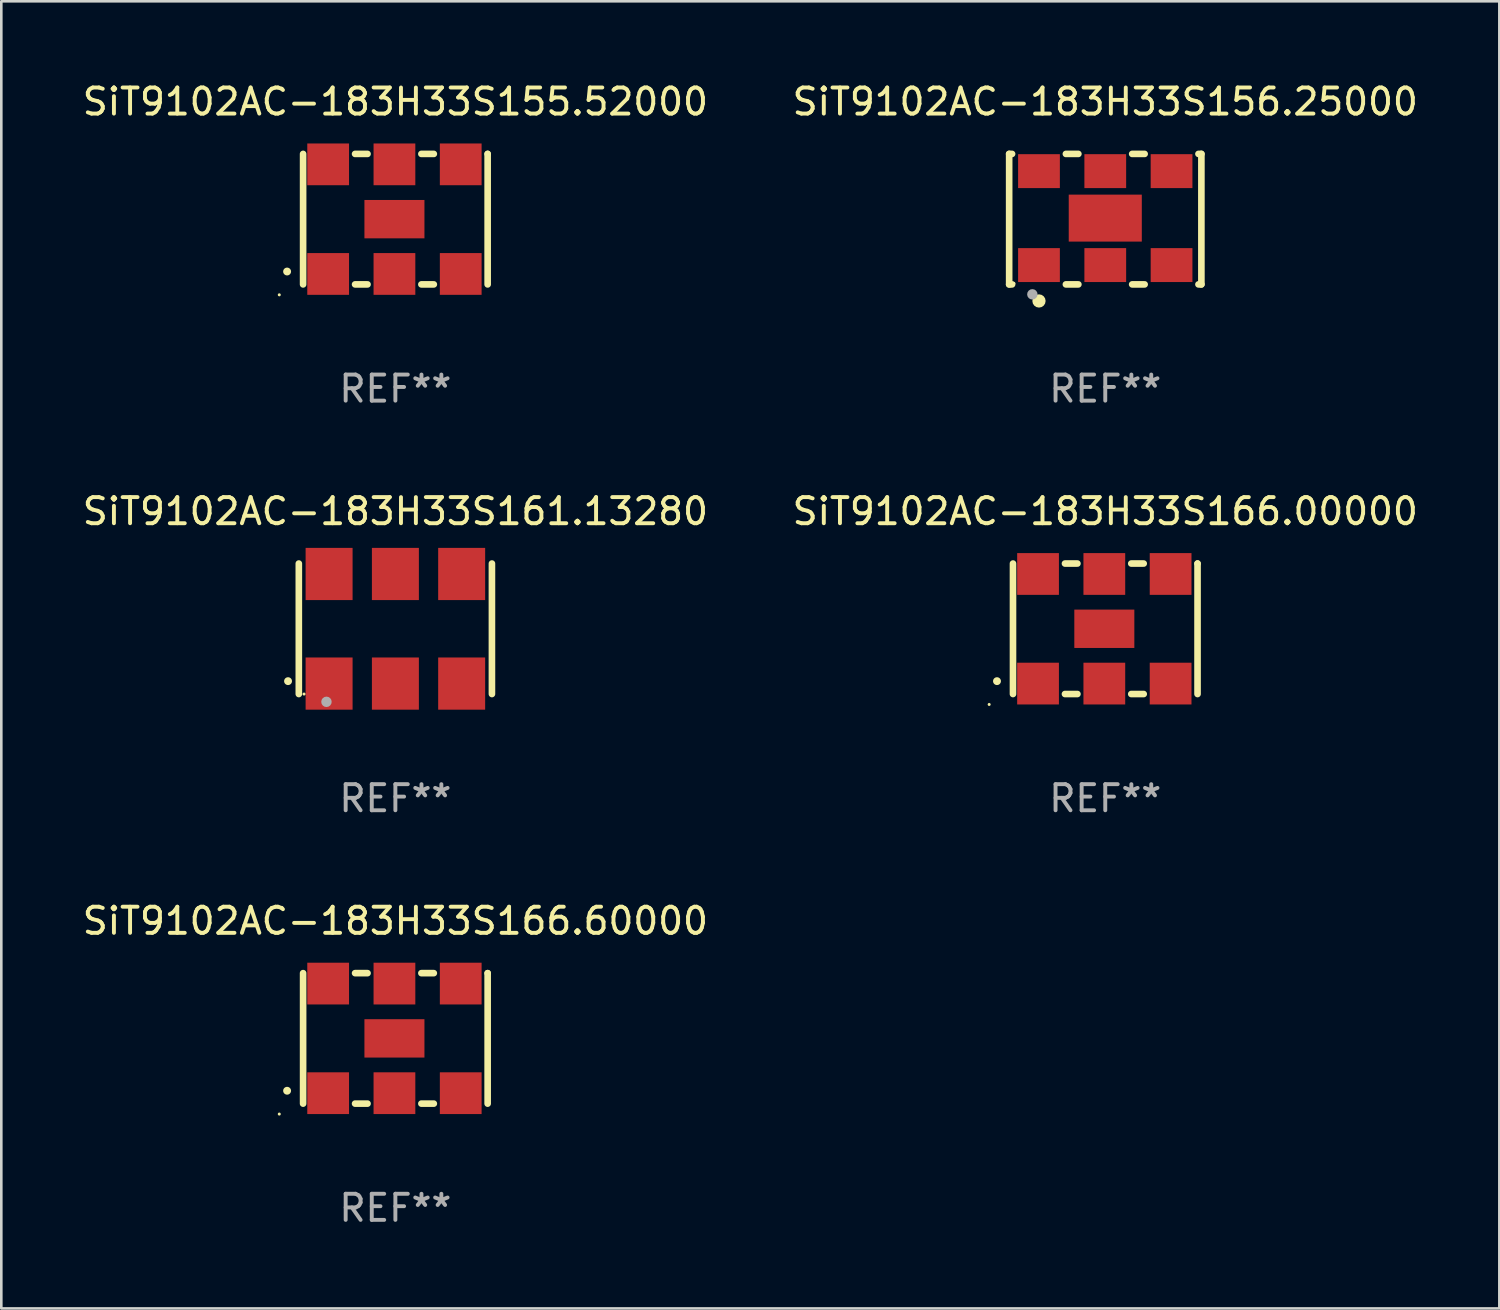
<source format=kicad_pcb>
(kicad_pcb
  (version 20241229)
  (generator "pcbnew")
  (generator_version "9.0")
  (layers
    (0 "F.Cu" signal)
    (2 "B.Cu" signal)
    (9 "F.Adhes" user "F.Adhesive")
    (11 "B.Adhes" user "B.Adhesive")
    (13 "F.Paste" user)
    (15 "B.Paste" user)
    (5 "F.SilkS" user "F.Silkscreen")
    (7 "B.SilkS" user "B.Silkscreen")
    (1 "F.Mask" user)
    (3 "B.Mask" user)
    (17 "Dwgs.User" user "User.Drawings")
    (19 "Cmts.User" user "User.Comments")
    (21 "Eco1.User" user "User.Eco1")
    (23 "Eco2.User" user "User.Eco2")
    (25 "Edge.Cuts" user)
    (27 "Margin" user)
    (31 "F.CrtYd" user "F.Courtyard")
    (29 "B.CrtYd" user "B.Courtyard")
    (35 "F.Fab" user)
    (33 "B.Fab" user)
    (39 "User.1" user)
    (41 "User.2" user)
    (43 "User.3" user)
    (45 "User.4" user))
  (footprint "SiT9102AC-183H33S156.25000"
    (layer "F.Cu")
    (at 39.304 5.348)
    (property "Reference" "SiT9102AC-183H33S156.25000" (at 0 -4.5 0) (layer "F.SilkS") (effects (font (size 1 1) (thickness 0.15))))
    (attr through_hole)
    (fp_line (start -3.683 -2.5) (end -3.571 -2.5) (stroke (width 0.254) (type solid)) (layer "F.SilkS"))
    (fp_line (start -3.683 2.5) (end -3.683 -2.5) (stroke (width 0.254) (type solid)) (layer "F.SilkS"))
    (fp_line (start -3.683 2.5) (end -3.571 2.5) (stroke (width 0.254) (type solid)) (layer "F.SilkS"))
    (fp_line (start -1.509 -2.5) (end -1.031 -2.5) (stroke (width 0.254) (type solid)) (layer "F.SilkS"))
    (fp_line (start -1.509 2.5) (end -1.031 2.5) (stroke (width 0.254) (type solid)) (layer "F.SilkS"))
    (fp_line (start 1.031 -2.5) (end 1.509 -2.5) (stroke (width 0.254) (type solid)) (layer "F.SilkS"))
    (fp_line (start 1.031 2.5) (end 1.509 2.5) (stroke (width 0.254) (type solid)) (layer "F.SilkS"))
    (fp_line (start 3.571 -2.5) (end 3.683 -2.5) (stroke (width 0.254) (type solid)) (layer "F.SilkS"))
    (fp_line (start 3.571 2.5) (end 3.683 2.5) (stroke (width 0.254) (type solid)) (layer "F.SilkS"))
    (fp_line (start 3.683 2.5) (end 3.683 -2.5) (stroke (width 0.254) (type solid)) (layer "F.SilkS"))
    (fp_circle (center -3.5 2.46) (end -3.47 2.46) (stroke (width 0.06) (type solid)) (fill no) (layer "F.SilkS"))
    (fp_circle (center -2.54 3.135) (end -2.413 3.135) (stroke (width 0.254) (type solid)) (fill no) (layer "F.SilkS"))
    (fp_circle (center -2.794 2.881) (end -2.694 2.881) (stroke (width 0.2) (type solid)) (fill no) (layer "F.Fab"))
    (fp_text user "REF**" (at 0 6.5 0) (layer "F.Fab") (effects (font (size 1 1) (thickness 0.15))))
    (pad "1" smd rect (at -2.54 1.76) (size 1.6 1.3) (layers "F.Cu" "F.Mask" "F.Paste"))
    (pad "2" smd rect (at 0 1.76) (size 1.6 1.3) (layers "F.Cu" "F.Mask" "F.Paste"))
    (pad "3" smd rect (at 2.54 1.76) (size 1.6 1.3) (layers "F.Cu" "F.Mask" "F.Paste"))
    (pad "4" smd rect (at 2.54 -1.84) (size 1.6 1.3) (layers "F.Cu" "F.Mask" "F.Paste"))
    (pad "5" smd rect (at 0 -1.84) (size 1.6 1.3) (layers "F.Cu" "F.Mask" "F.Paste"))
    (pad "6" smd rect (at -2.54 -1.84) (size 1.6 1.3) (layers "F.Cu" "F.Mask" "F.Paste"))
    (pad "7" smd rect (at 0 -0.04) (size 2.8 1.8) (layers "F.Cu" "F.Mask" "F.Paste")))
  (footprint "SiT9102AC-183H33S155.52000"
    (layer "F.Cu")
    (at 12.101 5.348)
    (property "Reference" "SiT9102AC-183H33S155.52000" (at 0 -4.5 0) (layer "F.SilkS") (effects (font (size 1 1) (thickness 0.15))))
    (attr through_hole)
    (fp_line (start -3.536 -2.5) (end -3.536 2.5) (stroke (width 0.254) (type solid)) (layer "F.SilkS"))
    (fp_line (start -1.544 2.5) (end -1.067 2.5) (stroke (width 0.254) (type solid)) (layer "F.SilkS"))
    (fp_line (start -1.067 -2.5) (end -1.544 -2.5) (stroke (width 0.254) (type solid)) (layer "F.SilkS"))
    (fp_line (start 0.996 2.5) (end 1.473 2.5) (stroke (width 0.254) (type solid)) (layer "F.SilkS"))
    (fp_line (start 1.473 -2.5) (end 0.996 -2.5) (stroke (width 0.254) (type solid)) (layer "F.SilkS"))
    (fp_line (start 3.536 -2.5) (end 3.536 -2.5) (stroke (width 0.254) (type solid)) (layer "F.SilkS"))
    (fp_line (start 3.536 2.5) (end 3.536 -2.5) (stroke (width 0.254) (type solid)) (layer "F.SilkS"))
    (fp_arc (start -4.150432 2.006604) (mid -4.149162 2.006599) (end -4.147892 2.006604) (stroke (width 0.3) (type solid)) (layer "F.SilkS"))
    (fp_circle (center -4.449 2.9) (end -4.419 2.9) (stroke (width 0.06) (type solid)) (fill no) (layer "F.SilkS"))
    (fp_text user "REF**" (at 0 6.5 0) (layer "F.Fab") (effects (font (size 1 1) (thickness 0.15))))
    (pad "1" smd rect (at -2.576 2.1) (size 1.6 1.6) (layers "F.Cu" "F.Mask" "F.Paste"))
    (pad "2" smd rect (at -0.036 2.1) (size 1.6 1.6) (layers "F.Cu" "F.Mask" "F.Paste"))
    (pad "3" smd rect (at 2.504 2.1) (size 1.6 1.6) (layers "F.Cu" "F.Mask" "F.Paste"))
    (pad "4" smd rect (at 2.504 -2.1) (size 1.6 1.6) (layers "F.Cu" "F.Mask" "F.Paste"))
    (pad "5" smd rect (at -0.036 -2.1) (size 1.6 1.6) (layers "F.Cu" "F.Mask" "F.Paste"))
    (pad "6" smd rect (at -2.576 -2.1) (size 1.6 1.6) (layers "F.Cu" "F.Mask" "F.Paste"))
    (pad "7" smd rect (at -0.036 0) (size 2.3 1.47) (layers "F.Cu" "F.Mask" "F.Paste")))
  (footprint "SiT9102AC-183H33S166.00000"
    (layer "F.Cu")
    (at 39.304 21.045)
    (property "Reference" "SiT9102AC-183H33S166.00000" (at 0 -4.5 0) (layer "F.SilkS") (effects (font (size 1 1) (thickness 0.15))))
    (attr through_hole)
    (fp_line (start -3.536 -2.5) (end -3.536 2.5) (stroke (width 0.254) (type solid)) (layer "F.SilkS"))
    (fp_line (start -1.544 2.5) (end -1.067 2.5) (stroke (width 0.254) (type solid)) (layer "F.SilkS"))
    (fp_line (start -1.067 -2.5) (end -1.544 -2.5) (stroke (width 0.254) (type solid)) (layer "F.SilkS"))
    (fp_line (start 0.996 2.5) (end 1.473 2.5) (stroke (width 0.254) (type solid)) (layer "F.SilkS"))
    (fp_line (start 1.473 -2.5) (end 0.996 -2.5) (stroke (width 0.254) (type solid)) (layer "F.SilkS"))
    (fp_line (start 3.536 -2.5) (end 3.536 -2.5) (stroke (width 0.254) (type solid)) (layer "F.SilkS"))
    (fp_line (start 3.536 2.5) (end 3.536 -2.5) (stroke (width 0.254) (type solid)) (layer "F.SilkS"))
    (fp_arc (start -4.150432 2.006604) (mid -4.149162 2.006599) (end -4.147892 2.006604) (stroke (width 0.3) (type solid)) (layer "F.SilkS"))
    (fp_circle (center -4.449 2.9) (end -4.419 2.9) (stroke (width 0.06) (type solid)) (fill no) (layer "F.SilkS"))
    (fp_text user "REF**" (at 0 6.5 0) (layer "F.Fab") (effects (font (size 1 1) (thickness 0.15))))
    (pad "1" smd rect (at -2.576 2.1) (size 1.6 1.6) (layers "F.Cu" "F.Mask" "F.Paste"))
    (pad "2" smd rect (at -0.036 2.1) (size 1.6 1.6) (layers "F.Cu" "F.Mask" "F.Paste"))
    (pad "3" smd rect (at 2.504 2.1) (size 1.6 1.6) (layers "F.Cu" "F.Mask" "F.Paste"))
    (pad "4" smd rect (at 2.504 -2.1) (size 1.6 1.6) (layers "F.Cu" "F.Mask" "F.Paste"))
    (pad "5" smd rect (at -0.036 -2.1) (size 1.6 1.6) (layers "F.Cu" "F.Mask" "F.Paste"))
    (pad "6" smd rect (at -2.576 -2.1) (size 1.6 1.6) (layers "F.Cu" "F.Mask" "F.Paste"))
    (pad "7" smd rect (at -0.036 0) (size 2.3 1.47) (layers "F.Cu" "F.Mask" "F.Paste")))
  (footprint "SiT9102AC-183H33S166.60000"
    (layer "F.Cu")
    (at 12.101 36.741)
    (property "Reference" "SiT9102AC-183H33S166.60000" (at 0 -4.5 0) (layer "F.SilkS") (effects (font (size 1 1) (thickness 0.15))))
    (attr through_hole)
    (fp_line (start -3.536 -2.5) (end -3.536 2.5) (stroke (width 0.254) (type solid)) (layer "F.SilkS"))
    (fp_line (start -1.544 2.5) (end -1.067 2.5) (stroke (width 0.254) (type solid)) (layer "F.SilkS"))
    (fp_line (start -1.067 -2.5) (end -1.544 -2.5) (stroke (width 0.254) (type solid)) (layer "F.SilkS"))
    (fp_line (start 0.996 2.5) (end 1.473 2.5) (stroke (width 0.254) (type solid)) (layer "F.SilkS"))
    (fp_line (start 1.473 -2.5) (end 0.996 -2.5) (stroke (width 0.254) (type solid)) (layer "F.SilkS"))
    (fp_line (start 3.536 -2.5) (end 3.536 -2.5) (stroke (width 0.254) (type solid)) (layer "F.SilkS"))
    (fp_line (start 3.536 2.5) (end 3.536 -2.5) (stroke (width 0.254) (type solid)) (layer "F.SilkS"))
    (fp_arc (start -4.150432 2.006604) (mid -4.149162 2.006599) (end -4.147892 2.006604) (stroke (width 0.3) (type solid)) (layer "F.SilkS"))
    (fp_circle (center -4.449 2.9) (end -4.419 2.9) (stroke (width 0.06) (type solid)) (fill no) (layer "F.SilkS"))
    (fp_text user "REF**" (at 0 6.5 0) (layer "F.Fab") (effects (font (size 1 1) (thickness 0.15))))
    (pad "1" smd rect (at -2.576 2.1) (size 1.6 1.6) (layers "F.Cu" "F.Mask" "F.Paste"))
    (pad "2" smd rect (at -0.036 2.1) (size 1.6 1.6) (layers "F.Cu" "F.Mask" "F.Paste"))
    (pad "3" smd rect (at 2.504 2.1) (size 1.6 1.6) (layers "F.Cu" "F.Mask" "F.Paste"))
    (pad "4" smd rect (at 2.504 -2.1) (size 1.6 1.6) (layers "F.Cu" "F.Mask" "F.Paste"))
    (pad "5" smd rect (at -0.036 -2.1) (size 1.6 1.6) (layers "F.Cu" "F.Mask" "F.Paste"))
    (pad "6" smd rect (at -2.576 -2.1) (size 1.6 1.6) (layers "F.Cu" "F.Mask" "F.Paste"))
    (pad "7" smd rect (at -0.036 0) (size 2.3 1.47) (layers "F.Cu" "F.Mask" "F.Paste")))
  (footprint "SiT9102AC-183H33S161.13280"
    (layer "F.Cu")
    (at 12.101 21.045)
    (property "Reference" "SiT9102AC-183H33S161.13280" (at 0 -4.5 0) (layer "F.SilkS") (effects (font (size 1 1) (thickness 0.15))))
    (attr through_hole)
    (fp_line (start -3.7 -2.5) (end -3.7 2.5) (stroke (width 0.254) (type solid)) (layer "F.SilkS"))
    (fp_line (start 3.7 -2.5) (end 3.7 2.5) (stroke (width 0.254) (type solid)) (layer "F.SilkS"))
    (fp_arc (start -4.114415 2.006604) (mid -4.113145 2.006599) (end -4.111875 2.006604) (stroke (width 0.3) (type solid)) (layer "F.SilkS"))
    (fp_circle (center -3.5 2.501) (end -3.47 2.501) (stroke (width 0.06) (type solid)) (fill no) (layer "F.SilkS"))
    (fp_circle (center -2.641 2.799) (end -2.541 2.799) (stroke (width 0.2) (type solid)) (fill no) (layer "F.Fab"))
    (fp_text user "REF**" (at 0 6.5 0) (layer "F.Fab") (effects (font (size 1 1) (thickness 0.15))))
    (pad "1" smd rect (at -2.54 2.1) (size 1.8 2) (layers "F.Cu" "F.Mask" "F.Paste"))
    (pad "2" smd rect (at 0.000394 2.1) (size 1.8 2) (layers "F.Cu" "F.Mask" "F.Paste"))
    (pad "3" smd rect (at 2.54 2.1) (size 1.8 2) (layers "F.Cu" "F.Mask" "F.Paste"))
    (pad "4" smd rect (at 2.54 -2.1) (size 1.8 2) (layers "F.Cu" "F.Mask" "F.Paste"))
    (pad "5" smd rect (at 0.000394 -2.1) (size 1.8 2) (layers "F.Cu" "F.Mask" "F.Paste"))
    (pad "6" smd rect (at -2.54 -2.1) (size 1.8 2) (layers "F.Cu" "F.Mask" "F.Paste")))
  (gr_rect
    (start -3 -3)
    (end 54.405 47.09)
    (stroke (width 0.1) (type default))
    (fill no)
    (layer "Edge.Cuts")))
</source>
